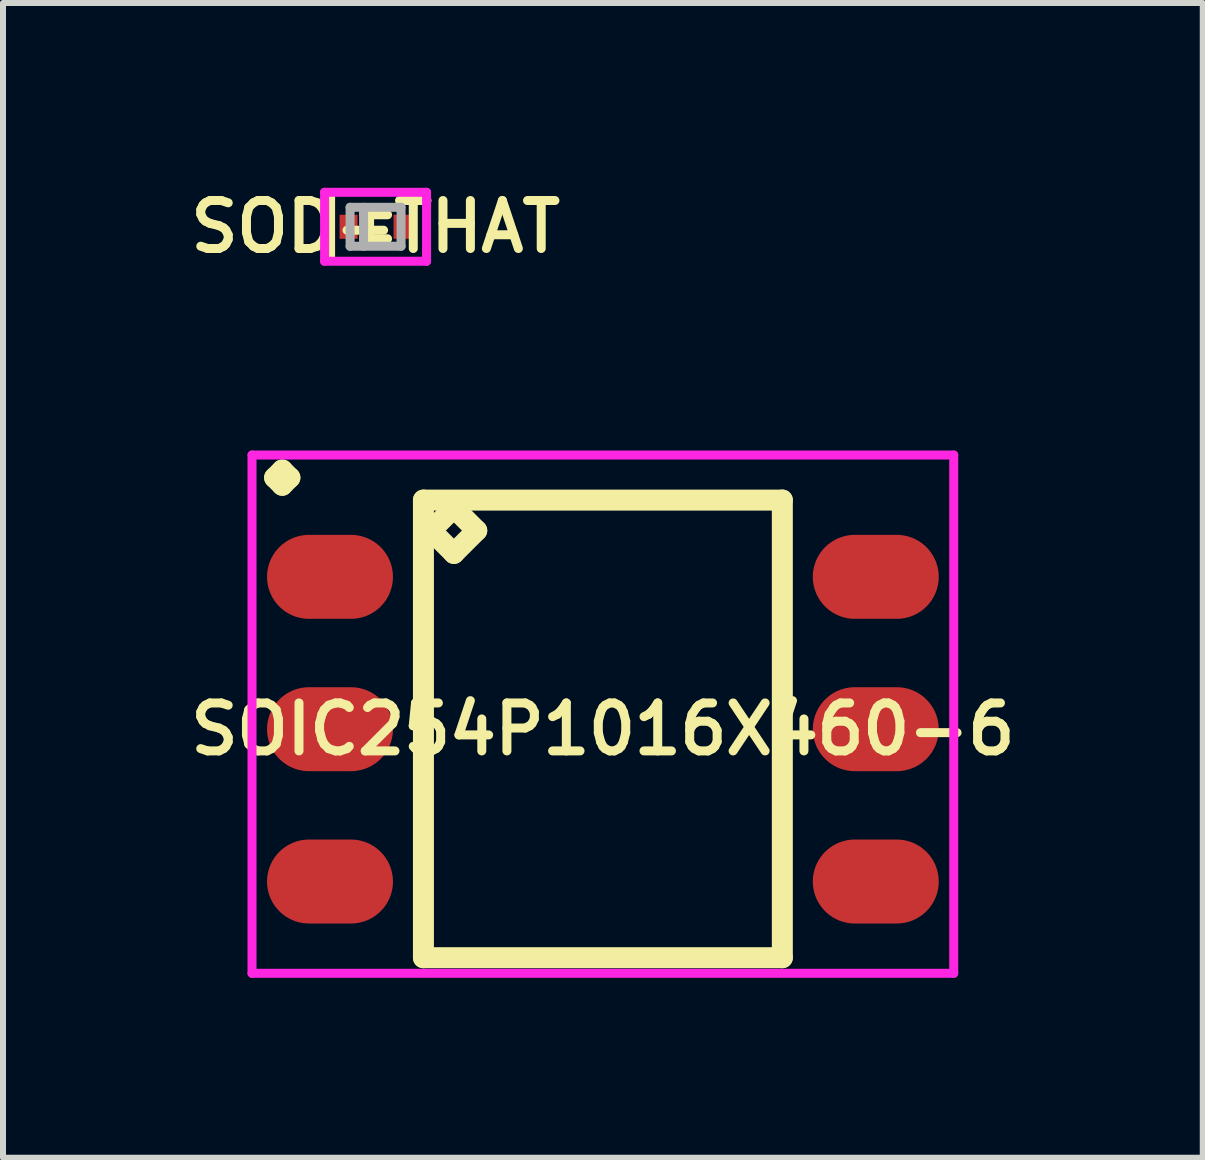
<source format=kicad_pcb>
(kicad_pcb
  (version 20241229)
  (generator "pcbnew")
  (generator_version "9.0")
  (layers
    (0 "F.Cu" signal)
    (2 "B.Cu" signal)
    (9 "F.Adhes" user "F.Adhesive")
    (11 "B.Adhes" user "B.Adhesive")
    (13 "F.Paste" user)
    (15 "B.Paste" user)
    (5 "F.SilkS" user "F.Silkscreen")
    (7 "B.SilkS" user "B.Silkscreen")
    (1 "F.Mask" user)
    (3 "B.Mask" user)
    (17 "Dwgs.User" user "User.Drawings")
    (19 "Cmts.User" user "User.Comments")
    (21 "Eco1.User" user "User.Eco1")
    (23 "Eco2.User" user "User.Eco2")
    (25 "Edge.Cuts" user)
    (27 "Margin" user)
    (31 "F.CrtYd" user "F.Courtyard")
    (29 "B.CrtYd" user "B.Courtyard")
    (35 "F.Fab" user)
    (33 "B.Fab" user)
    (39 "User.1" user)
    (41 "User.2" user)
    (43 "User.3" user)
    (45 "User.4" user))
  (footprint "SOD-THAT"
    (layer "F.Cu")
    (at 3.212 0.731)
    (property "Reference" "SOD-THAT" (at 0 0 0) (layer "F.SilkS") (effects (font (size 0.8 0.8) (thickness 0.15))))
    (attr through_hole)
    (fp_line (start -0.75 -0.5) (end -0.75 0.5) (stroke (width 0.15) (type solid)) (layer "F.SilkS"))
    (fp_line (start -0.2 -0.2) (end 0.2 -0.2) (stroke (width 0.15) (type solid)) (layer "F.SilkS"))
    (fp_line (start -0.1 -0.2) (end -0.1 0.2) (stroke (width 0.15) (type solid)) (layer "F.SilkS"))
    (fp_line (start 0.2 0.2) (end -0.2 0.2) (stroke (width 0.15) (type solid)) (layer "F.SilkS"))
    (fp_line (start -0.85 -0.575) (end 0.85 -0.575) (stroke (width 0.15) (type solid)) (layer "F.CrtYd"))
    (fp_line (start -0.85 0.575) (end -0.85 -0.575) (stroke (width 0.15) (type solid)) (layer "F.CrtYd"))
    (fp_line (start 0.85 -0.575) (end 0.85 0.575) (stroke (width 0.15) (type solid)) (layer "F.CrtYd"))
    (fp_line (start 0.85 0.575) (end -0.85 0.575) (stroke (width 0.15) (type solid)) (layer "F.CrtYd"))
    (fp_line (start -0.425 -0.325) (end 0.425 -0.325) (stroke (width 0.15) (type solid)) (layer "F.Fab"))
    (fp_line (start -0.425 0.325) (end -0.425 -0.325) (stroke (width 0.15) (type solid)) (layer "F.Fab"))
    (fp_line (start -0.2 -0.325) (end -0.2 0.325) (stroke (width 0.15) (type solid)) (layer "F.Fab"))
    (fp_line (start 0.425 -0.325) (end 0.425 0.325) (stroke (width 0.15) (type solid)) (layer "F.Fab"))
    (fp_line (start 0.425 0.325) (end -0.425 0.325) (stroke (width 0.15) (type solid)) (layer "F.Fab"))
    (pad "1" smd rect (at -0.45 0) (size 0.3 0.4) (layers "F.Cu" "F.Mask" "F.Paste"))
    (pad "2" smd rect (at 0.45 0) (size 0.3 0.4) (layers "F.Cu" "F.Mask" "F.Paste")))
  (footprint "SOIC254P1016X460-6"
    (layer "F.Cu")
    (at 7.002 9.108)
    (property "Reference" "SOIC254P1016X460-6" (at 0 0 0) (layer "F.SilkS") (effects (font (size 0.8 0.8) (thickness 0.15))))
    (attr through_hole)
    (fp_line (start -5.473 -4.194) (end -5.346 -4.321) (stroke (width 0.35) (type solid)) (layer "F.SilkS"))
    (fp_line (start -5.346 -4.321) (end -5.219 -4.194) (stroke (width 0.35) (type solid)) (layer "F.SilkS"))
    (fp_line (start -5.346 -4.067) (end -5.473 -4.194) (stroke (width 0.35) (type solid)) (layer "F.SilkS"))
    (fp_line (start -5.219 -4.194) (end -5.346 -4.067) (stroke (width 0.35) (type solid)) (layer "F.SilkS"))
    (fp_line (start -2.992 -3.82) (end -2.992 3.81) (stroke (width 0.35) (type solid)) (layer "F.SilkS"))
    (fp_line (start -2.992 3.81) (end 2.992 3.81) (stroke (width 0.35) (type solid)) (layer "F.SilkS"))
    (fp_line (start -2.865 -3.312) (end -2.484 -3.693) (stroke (width 0.35) (type solid)) (layer "F.SilkS"))
    (fp_line (start -2.484 -3.693) (end -2.103 -3.312) (stroke (width 0.35) (type solid)) (layer "F.SilkS"))
    (fp_line (start -2.484 -2.931) (end -2.865 -3.312) (stroke (width 0.35) (type solid)) (layer "F.SilkS"))
    (fp_line (start -2.103 -3.312) (end -2.484 -2.931) (stroke (width 0.35) (type solid)) (layer "F.SilkS"))
    (fp_line (start 2.992 -3.82) (end -2.992 -3.82) (stroke (width 0.35) (type solid)) (layer "F.SilkS"))
    (fp_line (start 2.992 3.81) (end 2.992 -3.82) (stroke (width 0.35) (type solid)) (layer "F.SilkS"))
    (fp_line (start -5.85 -4.571) (end 5.85 -4.571) (stroke (width 0.15) (type solid)) (layer "F.CrtYd"))
    (fp_line (start -5.85 4.07) (end -5.85 -4.571) (stroke (width 0.15) (type solid)) (layer "F.CrtYd"))
    (fp_line (start 5.85 -4.571) (end 5.85 4.07) (stroke (width 0.15) (type solid)) (layer "F.CrtYd"))
    (fp_line (start 5.85 4.07) (end -5.85 4.07) (stroke (width 0.15) (type solid)) (layer "F.CrtYd"))
    (pad "1" smd oval (at -4.55 -2.54) (size 2.1 1.4) (layers "F.Cu" "F.Mask" "F.Paste"))
    (pad "2" smd oval (at -4.55 0) (size 2.1 1.4) (layers "F.Cu" "F.Mask" "F.Paste"))
    (pad "3" smd oval (at -4.55 2.54) (size 2.1 1.4) (layers "F.Cu" "F.Mask" "F.Paste"))
    (pad "4" smd oval (at 4.55 2.54) (size 2.1 1.4) (layers "F.Cu" "F.Mask" "F.Paste"))
    (pad "5" smd oval (at 4.55 0) (size 2.1 1.4) (layers "F.Cu" "F.Mask" "F.Paste"))
    (pad "6" smd oval (at 4.55 -2.54) (size 2.1 1.4) (layers "F.Cu" "F.Mask" "F.Paste")))
  (gr_rect
    (start -3 -3)
    (end 17.004 16.253)
    (stroke (width 0.1) (type default))
    (fill no)
    (layer "Edge.Cuts")))
</source>
